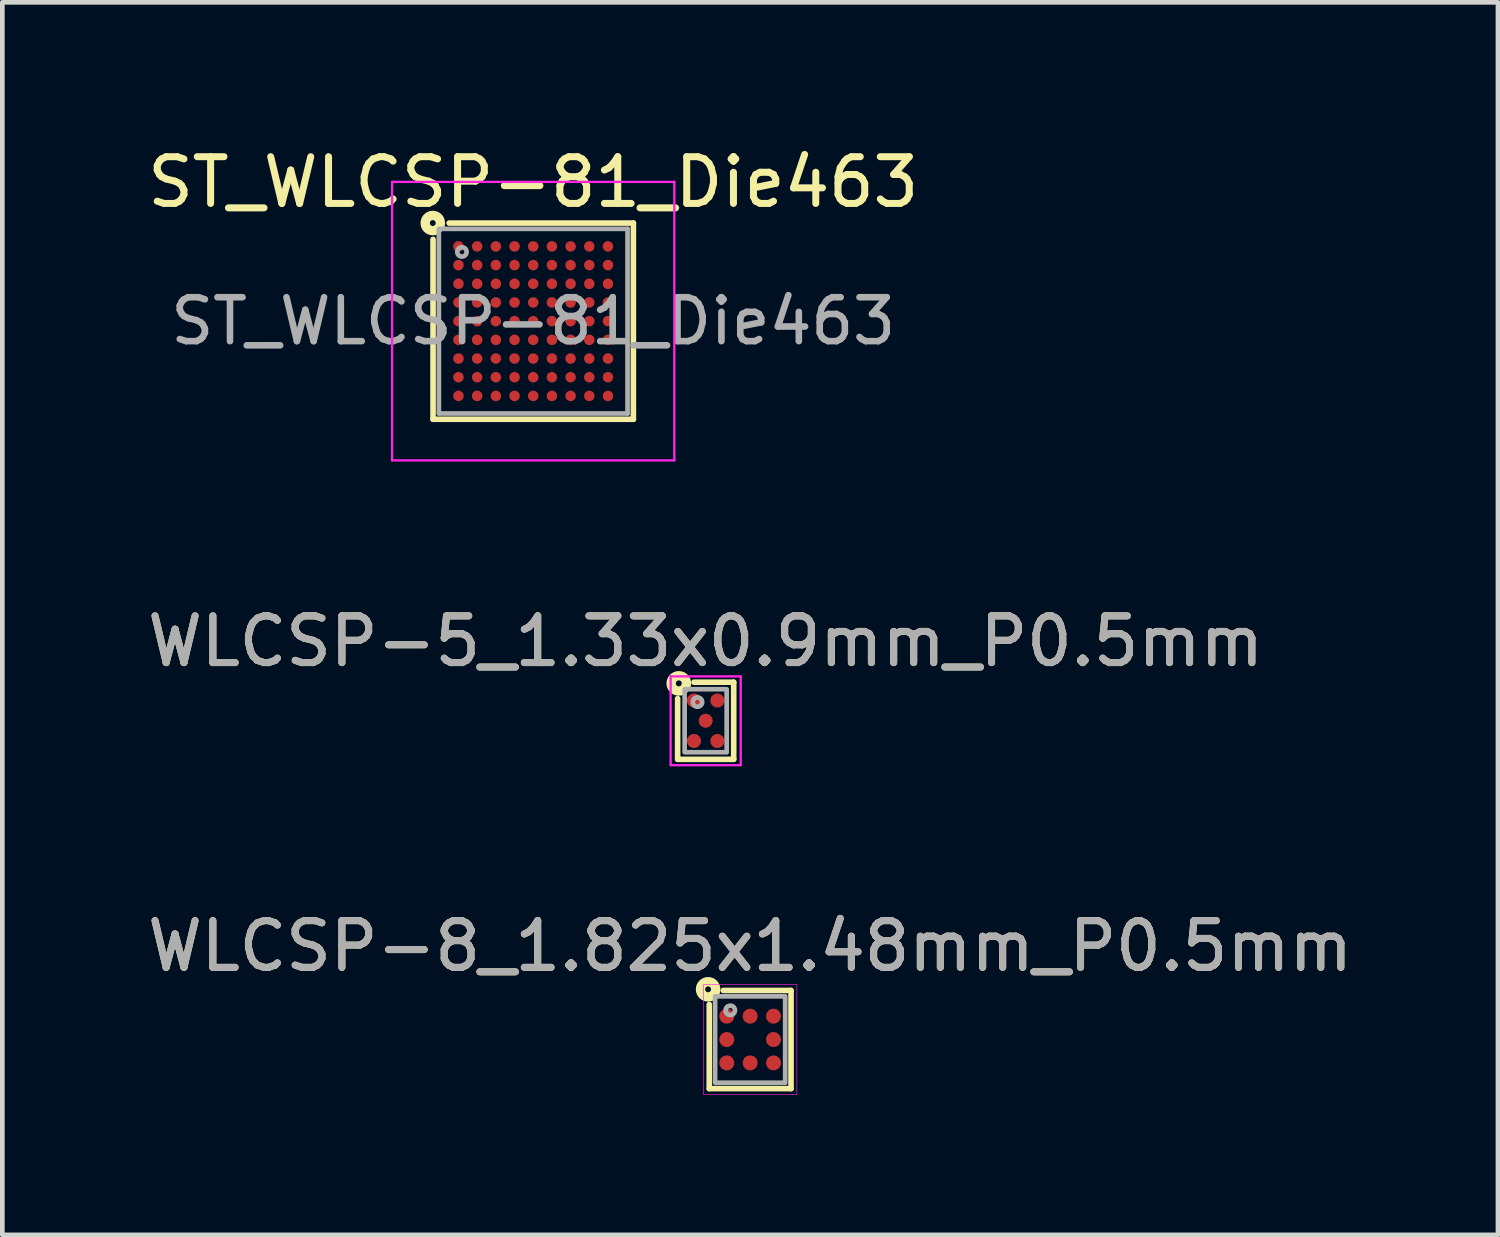
<source format=kicad_pcb>
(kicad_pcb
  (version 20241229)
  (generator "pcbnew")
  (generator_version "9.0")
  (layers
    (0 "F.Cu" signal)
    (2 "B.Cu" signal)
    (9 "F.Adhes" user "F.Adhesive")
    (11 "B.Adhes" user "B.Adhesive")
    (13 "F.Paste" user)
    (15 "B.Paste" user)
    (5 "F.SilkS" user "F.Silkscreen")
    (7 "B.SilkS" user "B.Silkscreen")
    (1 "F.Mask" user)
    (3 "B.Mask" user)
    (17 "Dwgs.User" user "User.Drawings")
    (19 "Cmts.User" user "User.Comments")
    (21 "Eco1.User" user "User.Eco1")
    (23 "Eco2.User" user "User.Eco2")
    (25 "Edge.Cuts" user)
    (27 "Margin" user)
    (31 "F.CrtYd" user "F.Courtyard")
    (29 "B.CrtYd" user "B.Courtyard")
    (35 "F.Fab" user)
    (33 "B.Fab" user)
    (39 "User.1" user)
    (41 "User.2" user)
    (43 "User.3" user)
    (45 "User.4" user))
  (footprint "WLCSP-8_1.825x1.48mm_P0.5mm"
    (layer "F.Cu")
    (at 13.006 19.2)
    (property "Reference" "WLCSP-8_1.825x1.48mm_P0.5mm" (at 0 -2 0) (layer "F.SilkS") (effects (font (size 1 1) (thickness 0.15))))
    (attr smd)
    (fp_line (start -0.875 1.05) (end -0.875 -0.75) (stroke (width 0.12) (type solid)) (layer "F.SilkS"))
    (fp_line (start -0.575 -1.05) (end 0.875 -1.05) (stroke (width 0.12) (type solid)) (layer "F.SilkS"))
    (fp_line (start 0.875 -1.05) (end 0.875 1.05) (stroke (width 0.12) (type solid)) (layer "F.SilkS"))
    (fp_line (start 0.875 1.05) (end -0.875 1.05) (stroke (width 0.12) (type solid)) (layer "F.SilkS"))
    (fp_circle (center -0.9 -1.075) (end -0.837 -1.075) (stroke (width 0.2) (type solid)) (fill no) (layer "F.SilkS"))
    (fp_rect (start -1 -1.175) (end 1 1.175) (stroke (width 0.013) (type solid)) (fill no) (layer "F.CrtYd"))
    (fp_rect (start -0.75 -0.925) (end 0.75 0.925) (stroke (width 0.1) (type solid)) (fill no) (layer "F.Fab"))
    (fp_circle (center -0.425 -0.625) (end -0.425 -0.525) (stroke (width 0.1) (type solid)) (fill no) (layer "F.Fab"))
    (fp_text user "${REFERENCE}" (at 0 -2 0) (layer "F.Fab") (effects (font (size 1 1) (thickness 0.15))))
    (pad "A1" smd circle (at -0.5 -0.5) (size 0.32 0.32) (layers "F.Cu" "F.Mask" "F.Paste"))
    (pad "A2" smd circle (at 0 -0.5) (size 0.32 0.32) (layers "F.Cu" "F.Mask" "F.Paste"))
    (pad "A3" smd circle (at 0.5 -0.5) (size 0.32 0.32) (layers "F.Cu" "F.Mask" "F.Paste"))
    (pad "B1" smd circle (at -0.5 0) (size 0.32 0.32) (layers "F.Cu" "F.Mask" "F.Paste"))
    (pad "B3" smd circle (at 0.5 0) (size 0.32 0.32) (layers "F.Cu" "F.Mask" "F.Paste"))
    (pad "C1" smd circle (at -0.5 0.5) (size 0.32 0.32) (layers "F.Cu" "F.Mask" "F.Paste"))
    (pad "C2" smd circle (at 0 0.5) (size 0.32 0.32) (layers "F.Cu" "F.Mask" "F.Paste"))
    (pad "C3" smd circle (at 0.5 0.5) (size 0.32 0.32) (layers "F.Cu" "F.Mask" "F.Paste")))
  (footprint "WLCSP-5_1.33x0.9mm_P0.5mm"
    (layer "F.Cu")
    (at 12.054 12.377)
    (property "Reference" "WLCSP-5_1.33x0.9mm_P0.5mm" (at 0 -1.7 0) (layer "F.SilkS") (effects (font (size 1 1) (thickness 0.15))))
    (attr smd)
    (fp_line (start -0.6 0.825) (end -0.6 -0.475) (stroke (width 0.12) (type solid)) (layer "F.SilkS"))
    (fp_line (start -0.25 -0.825) (end 0.6 -0.825) (stroke (width 0.12) (type solid)) (layer "F.SilkS"))
    (fp_line (start 0.6 -0.825) (end 0.6 0.825) (stroke (width 0.12) (type solid)) (layer "F.SilkS"))
    (fp_line (start 0.6 0.825) (end -0.6 0.825) (stroke (width 0.12) (type solid)) (layer "F.SilkS"))
    (fp_circle (center -0.575 -0.8) (end -0.511 -0.8) (stroke (width 0.2) (type solid)) (fill no) (layer "F.SilkS"))
    (fp_line (start -0.75 -0.95) (end 0.75 -0.95) (stroke (width 0.05) (type solid)) (layer "F.CrtYd"))
    (fp_line (start -0.75 0.95) (end -0.75 -0.95) (stroke (width 0.05) (type solid)) (layer "F.CrtYd"))
    (fp_line (start 0.75 -0.95) (end 0.75 0.95) (stroke (width 0.05) (type solid)) (layer "F.CrtYd"))
    (fp_line (start 0.75 0.95) (end -0.75 0.95) (stroke (width 0.05) (type solid)) (layer "F.CrtYd"))
    (fp_rect (start 0.45 -0.675) (end -0.45 0.675) (stroke (width 0.1) (type solid)) (fill no) (layer "F.Fab"))
    (fp_circle (center -0.175 -0.4) (end -0.175 -0.3) (stroke (width 0.1) (type solid)) (fill no) (layer "F.Fab"))
    (fp_text user "${REFERENCE}" (at 0 -1.7 0) (layer "F.Fab") (effects (font (size 1 1) (thickness 0.15))))
    (pad "A1" smd circle (at -0.25 -0.433) (size 0.3 0.3) (layers "F.Cu" "F.Mask" "F.Paste"))
    (pad "A2" smd circle (at 0.25 -0.433) (size 0.3 0.3) (layers "F.Cu" "F.Mask" "F.Paste"))
    (pad "B1" smd circle (at 0 0) (size 0.3 0.3) (layers "F.Cu" "F.Mask" "F.Paste"))
    (pad "C1" smd circle (at -0.25 0.433) (size 0.3 0.3) (layers "F.Cu" "F.Mask" "F.Paste"))
    (pad "C2" smd circle (at 0.25 0.433) (size 0.3 0.3) (layers "F.Cu" "F.Mask" "F.Paste")))
  (footprint "ST_WLCSP-81_Die463"
    (layer "F.Cu")
    (at 8.363 3.824)
    (property "Reference" "ST_WLCSP-81_Die463" (at 0 -2.975 0) (layer "F.SilkS") (effects (font (size 1 1) (thickness 0.15))))
    (attr smd)
    (fp_line (start -2.144 2.1) (end -2.144 -1.75) (stroke (width 0.12) (type solid)) (layer "F.SilkS"))
    (fp_line (start -1.8 -2.1) (end 2.144 -2.1) (stroke (width 0.12) (type solid)) (layer "F.SilkS"))
    (fp_line (start 2.144 -2.1) (end 2.144 2.1) (stroke (width 0.12) (type solid)) (layer "F.SilkS"))
    (fp_line (start 2.144 2.1) (end -2.144 2.1) (stroke (width 0.12) (type solid)) (layer "F.SilkS"))
    (fp_circle (center -2.15 -2.1) (end -2.087 -2.1) (stroke (width 0.2) (type solid)) (fill no) (layer "F.SilkS"))
    (fp_line (start -3.02 -2.98) (end -3.02 2.98) (stroke (width 0.05) (type solid)) (layer "F.CrtYd"))
    (fp_line (start -3.02 2.98) (end 3.02 2.98) (stroke (width 0.05) (type solid)) (layer "F.CrtYd"))
    (fp_line (start 3.02 -2.98) (end -3.02 -2.98) (stroke (width 0.05) (type solid)) (layer "F.CrtYd"))
    (fp_line (start 3.02 2.98) (end 3.02 -2.98) (stroke (width 0.05) (type solid)) (layer "F.CrtYd"))
    (fp_line (start -2.019 1.976) (end -2.02 -1.97) (stroke (width 0.1) (type solid)) (layer "F.Fab"))
    (fp_line (start -2.01 -1.976) (end 2.019 -1.976) (stroke (width 0.1) (type solid)) (layer "F.Fab"))
    (fp_line (start 2.019 -1.976) (end 2.019 1.976) (stroke (width 0.1) (type solid)) (layer "F.Fab"))
    (fp_line (start 2.019 1.976) (end -2.019 1.976) (stroke (width 0.1) (type solid)) (layer "F.Fab"))
    (fp_circle (center -1.526 -1.482) (end -1.426 -1.482) (stroke (width 0.1) (type solid)) (fill no) (layer "F.Fab"))
    (fp_text user "${REFERENCE}" (at 0 0 0) (layer "F.Fab") (effects (font (size 0.94 0.94) (thickness 0.141))))
    (pad "A1" smd circle (at -1.6 -1.6) (size 0.225 0.225) (layers "F.Cu" "F.Mask" "F.Paste"))
    (pad "A2" smd circle (at -1.2 -1.6) (size 0.225 0.225) (layers "F.Cu" "F.Mask" "F.Paste"))
    (pad "A3" smd circle (at -0.8 -1.6) (size 0.225 0.225) (layers "F.Cu" "F.Mask" "F.Paste"))
    (pad "A4" smd circle (at -0.4 -1.6) (size 0.225 0.225) (layers "F.Cu" "F.Mask" "F.Paste"))
    (pad "A5" smd circle (at 0 -1.6) (size 0.225 0.225) (layers "F.Cu" "F.Mask" "F.Paste"))
    (pad "A6" smd circle (at 0.4 -1.6) (size 0.225 0.225) (layers "F.Cu" "F.Mask" "F.Paste"))
    (pad "A7" smd circle (at 0.8 -1.6) (size 0.225 0.225) (layers "F.Cu" "F.Mask" "F.Paste"))
    (pad "A8" smd circle (at 1.2 -1.6) (size 0.225 0.225) (layers "F.Cu" "F.Mask" "F.Paste"))
    (pad "A9" smd circle (at 1.6 -1.6) (size 0.225 0.225) (layers "F.Cu" "F.Mask" "F.Paste"))
    (pad "B1" smd circle (at -1.6 -1.2) (size 0.225 0.225) (layers "F.Cu" "F.Mask" "F.Paste"))
    (pad "B2" smd circle (at -1.2 -1.2) (size 0.225 0.225) (layers "F.Cu" "F.Mask" "F.Paste"))
    (pad "B3" smd circle (at -0.8 -1.2) (size 0.225 0.225) (layers "F.Cu" "F.Mask" "F.Paste"))
    (pad "B4" smd circle (at -0.4 -1.2) (size 0.225 0.225) (layers "F.Cu" "F.Mask" "F.Paste"))
    (pad "B5" smd circle (at 0 -1.2) (size 0.225 0.225) (layers "F.Cu" "F.Mask" "F.Paste"))
    (pad "B6" smd circle (at 0.4 -1.2) (size 0.225 0.225) (layers "F.Cu" "F.Mask" "F.Paste"))
    (pad "B7" smd circle (at 0.8 -1.2) (size 0.225 0.225) (layers "F.Cu" "F.Mask" "F.Paste"))
    (pad "B8" smd circle (at 1.2 -1.2) (size 0.225 0.225) (layers "F.Cu" "F.Mask" "F.Paste"))
    (pad "B9" smd circle (at 1.6 -1.2) (size 0.225 0.225) (layers "F.Cu" "F.Mask" "F.Paste"))
    (pad "C1" smd circle (at -1.6 -0.8) (size 0.225 0.225) (layers "F.Cu" "F.Mask" "F.Paste"))
    (pad "C2" smd circle (at -1.2 -0.8) (size 0.225 0.225) (layers "F.Cu" "F.Mask" "F.Paste"))
    (pad "C3" smd circle (at -0.8 -0.8) (size 0.225 0.225) (layers "F.Cu" "F.Mask" "F.Paste"))
    (pad "C4" smd circle (at -0.4 -0.8) (size 0.225 0.225) (layers "F.Cu" "F.Mask" "F.Paste"))
    (pad "C5" smd circle (at 0 -0.8) (size 0.225 0.225) (layers "F.Cu" "F.Mask" "F.Paste"))
    (pad "C6" smd circle (at 0.4 -0.8) (size 0.225 0.225) (layers "F.Cu" "F.Mask" "F.Paste"))
    (pad "C7" smd circle (at 0.8 -0.8) (size 0.225 0.225) (layers "F.Cu" "F.Mask" "F.Paste"))
    (pad "C8" smd circle (at 1.2 -0.8) (size 0.225 0.225) (layers "F.Cu" "F.Mask" "F.Paste"))
    (pad "C9" smd circle (at 1.6 -0.8) (size 0.225 0.225) (layers "F.Cu" "F.Mask" "F.Paste"))
    (pad "D1" smd circle (at -1.6 -0.4) (size 0.225 0.225) (layers "F.Cu" "F.Mask" "F.Paste"))
    (pad "D2" smd circle (at -1.2 -0.4) (size 0.225 0.225) (layers "F.Cu" "F.Mask" "F.Paste"))
    (pad "D3" smd circle (at -0.8 -0.4) (size 0.225 0.225) (layers "F.Cu" "F.Mask" "F.Paste"))
    (pad "D4" smd circle (at -0.4 -0.4) (size 0.225 0.225) (layers "F.Cu" "F.Mask" "F.Paste"))
    (pad "D5" smd circle (at 0 -0.4) (size 0.225 0.225) (layers "F.Cu" "F.Mask" "F.Paste"))
    (pad "D6" smd circle (at 0.4 -0.4) (size 0.225 0.225) (layers "F.Cu" "F.Mask" "F.Paste"))
    (pad "D7" smd circle (at 0.8 -0.4) (size 0.225 0.225) (layers "F.Cu" "F.Mask" "F.Paste"))
    (pad "D8" smd circle (at 1.2 -0.4) (size 0.225 0.225) (layers "F.Cu" "F.Mask" "F.Paste"))
    (pad "D9" smd circle (at 1.6 -0.4) (size 0.225 0.225) (layers "F.Cu" "F.Mask" "F.Paste"))
    (pad "E1" smd circle (at -1.6 0) (size 0.225 0.225) (layers "F.Cu" "F.Mask" "F.Paste"))
    (pad "E2" smd circle (at -1.2 0) (size 0.225 0.225) (layers "F.Cu" "F.Mask" "F.Paste"))
    (pad "E3" smd circle (at -0.8 0) (size 0.225 0.225) (layers "F.Cu" "F.Mask" "F.Paste"))
    (pad "E4" smd circle (at -0.4 0) (size 0.225 0.225) (layers "F.Cu" "F.Mask" "F.Paste"))
    (pad "E5" smd circle (at 0 0) (size 0.225 0.225) (layers "F.Cu" "F.Mask" "F.Paste"))
    (pad "E6" smd circle (at 0.4 0) (size 0.225 0.225) (layers "F.Cu" "F.Mask" "F.Paste"))
    (pad "E7" smd circle (at 0.8 0) (size 0.225 0.225) (layers "F.Cu" "F.Mask" "F.Paste"))
    (pad "E8" smd circle (at 1.2 0) (size 0.225 0.225) (layers "F.Cu" "F.Mask" "F.Paste"))
    (pad "E9" smd circle (at 1.6 0) (size 0.225 0.225) (layers "F.Cu" "F.Mask" "F.Paste"))
    (pad "F1" smd circle (at -1.6 0.4) (size 0.225 0.225) (layers "F.Cu" "F.Mask" "F.Paste"))
    (pad "F2" smd circle (at -1.2 0.4) (size 0.225 0.225) (layers "F.Cu" "F.Mask" "F.Paste"))
    (pad "F3" smd circle (at -0.8 0.4) (size 0.225 0.225) (layers "F.Cu" "F.Mask" "F.Paste"))
    (pad "F4" smd circle (at -0.4 0.4) (size 0.225 0.225) (layers "F.Cu" "F.Mask" "F.Paste"))
    (pad "F5" smd circle (at 0 0.4) (size 0.225 0.225) (layers "F.Cu" "F.Mask" "F.Paste"))
    (pad "F6" smd circle (at 0.4 0.4) (size 0.225 0.225) (layers "F.Cu" "F.Mask" "F.Paste"))
    (pad "F7" smd circle (at 0.8 0.4) (size 0.225 0.225) (layers "F.Cu" "F.Mask" "F.Paste"))
    (pad "F8" smd circle (at 1.2 0.4) (size 0.225 0.225) (layers "F.Cu" "F.Mask" "F.Paste"))
    (pad "F9" smd circle (at 1.6 0.4) (size 0.225 0.225) (layers "F.Cu" "F.Mask" "F.Paste"))
    (pad "G1" smd circle (at -1.6 0.8) (size 0.225 0.225) (layers "F.Cu" "F.Mask" "F.Paste"))
    (pad "G2" smd circle (at -1.2 0.8) (size 0.225 0.225) (layers "F.Cu" "F.Mask" "F.Paste"))
    (pad "G3" smd circle (at -0.8 0.8) (size 0.225 0.225) (layers "F.Cu" "F.Mask" "F.Paste"))
    (pad "G4" smd circle (at -0.4 0.8) (size 0.225 0.225) (layers "F.Cu" "F.Mask" "F.Paste"))
    (pad "G5" smd circle (at 0 0.8) (size 0.225 0.225) (layers "F.Cu" "F.Mask" "F.Paste"))
    (pad "G6" smd circle (at 0.4 0.8) (size 0.225 0.225) (layers "F.Cu" "F.Mask" "F.Paste"))
    (pad "G7" smd circle (at 0.8 0.8) (size 0.225 0.225) (layers "F.Cu" "F.Mask" "F.Paste"))
    (pad "G8" smd circle (at 1.2 0.8) (size 0.225 0.225) (layers "F.Cu" "F.Mask" "F.Paste"))
    (pad "G9" smd circle (at 1.6 0.8) (size 0.225 0.225) (layers "F.Cu" "F.Mask" "F.Paste"))
    (pad "H1" smd circle (at -1.6 1.2) (size 0.225 0.225) (layers "F.Cu" "F.Mask" "F.Paste"))
    (pad "H2" smd circle (at -1.2 1.2) (size 0.225 0.225) (layers "F.Cu" "F.Mask" "F.Paste"))
    (pad "H3" smd circle (at -0.8 1.2) (size 0.225 0.225) (layers "F.Cu" "F.Mask" "F.Paste"))
    (pad "H4" smd circle (at -0.4 1.2) (size 0.225 0.225) (layers "F.Cu" "F.Mask" "F.Paste"))
    (pad "H5" smd circle (at 0 1.2) (size 0.225 0.225) (layers "F.Cu" "F.Mask" "F.Paste"))
    (pad "H6" smd circle (at 0.4 1.2) (size 0.225 0.225) (layers "F.Cu" "F.Mask" "F.Paste"))
    (pad "H7" smd circle (at 0.8 1.2) (size 0.225 0.225) (layers "F.Cu" "F.Mask" "F.Paste"))
    (pad "H8" smd circle (at 1.2 1.2) (size 0.225 0.225) (layers "F.Cu" "F.Mask" "F.Paste"))
    (pad "H9" smd circle (at 1.6 1.2) (size 0.225 0.225) (layers "F.Cu" "F.Mask" "F.Paste"))
    (pad "J1" smd circle (at -1.6 1.6) (size 0.225 0.225) (layers "F.Cu" "F.Mask" "F.Paste"))
    (pad "J2" smd circle (at -1.2 1.6) (size 0.225 0.225) (layers "F.Cu" "F.Mask" "F.Paste"))
    (pad "J3" smd circle (at -0.8 1.6) (size 0.225 0.225) (layers "F.Cu" "F.Mask" "F.Paste"))
    (pad "J4" smd circle (at -0.4 1.6) (size 0.225 0.225) (layers "F.Cu" "F.Mask" "F.Paste"))
    (pad "J5" smd circle (at 0 1.6) (size 0.225 0.225) (layers "F.Cu" "F.Mask" "F.Paste"))
    (pad "J6" smd circle (at 0.4 1.6) (size 0.225 0.225) (layers "F.Cu" "F.Mask" "F.Paste"))
    (pad "J7" smd circle (at 0.8 1.6) (size 0.225 0.225) (layers "F.Cu" "F.Mask" "F.Paste"))
    (pad "J8" smd circle (at 1.2 1.6) (size 0.225 0.225) (layers "F.Cu" "F.Mask" "F.Paste"))
    (pad "J9" smd circle (at 1.6 1.6) (size 0.225 0.225) (layers "F.Cu" "F.Mask" "F.Paste")))
  (gr_rect
    (start -3 -3)
    (end 29.012 23.381)
    (stroke (width 0.1) (type default))
    (fill no)
    (layer "Edge.Cuts")))
</source>
